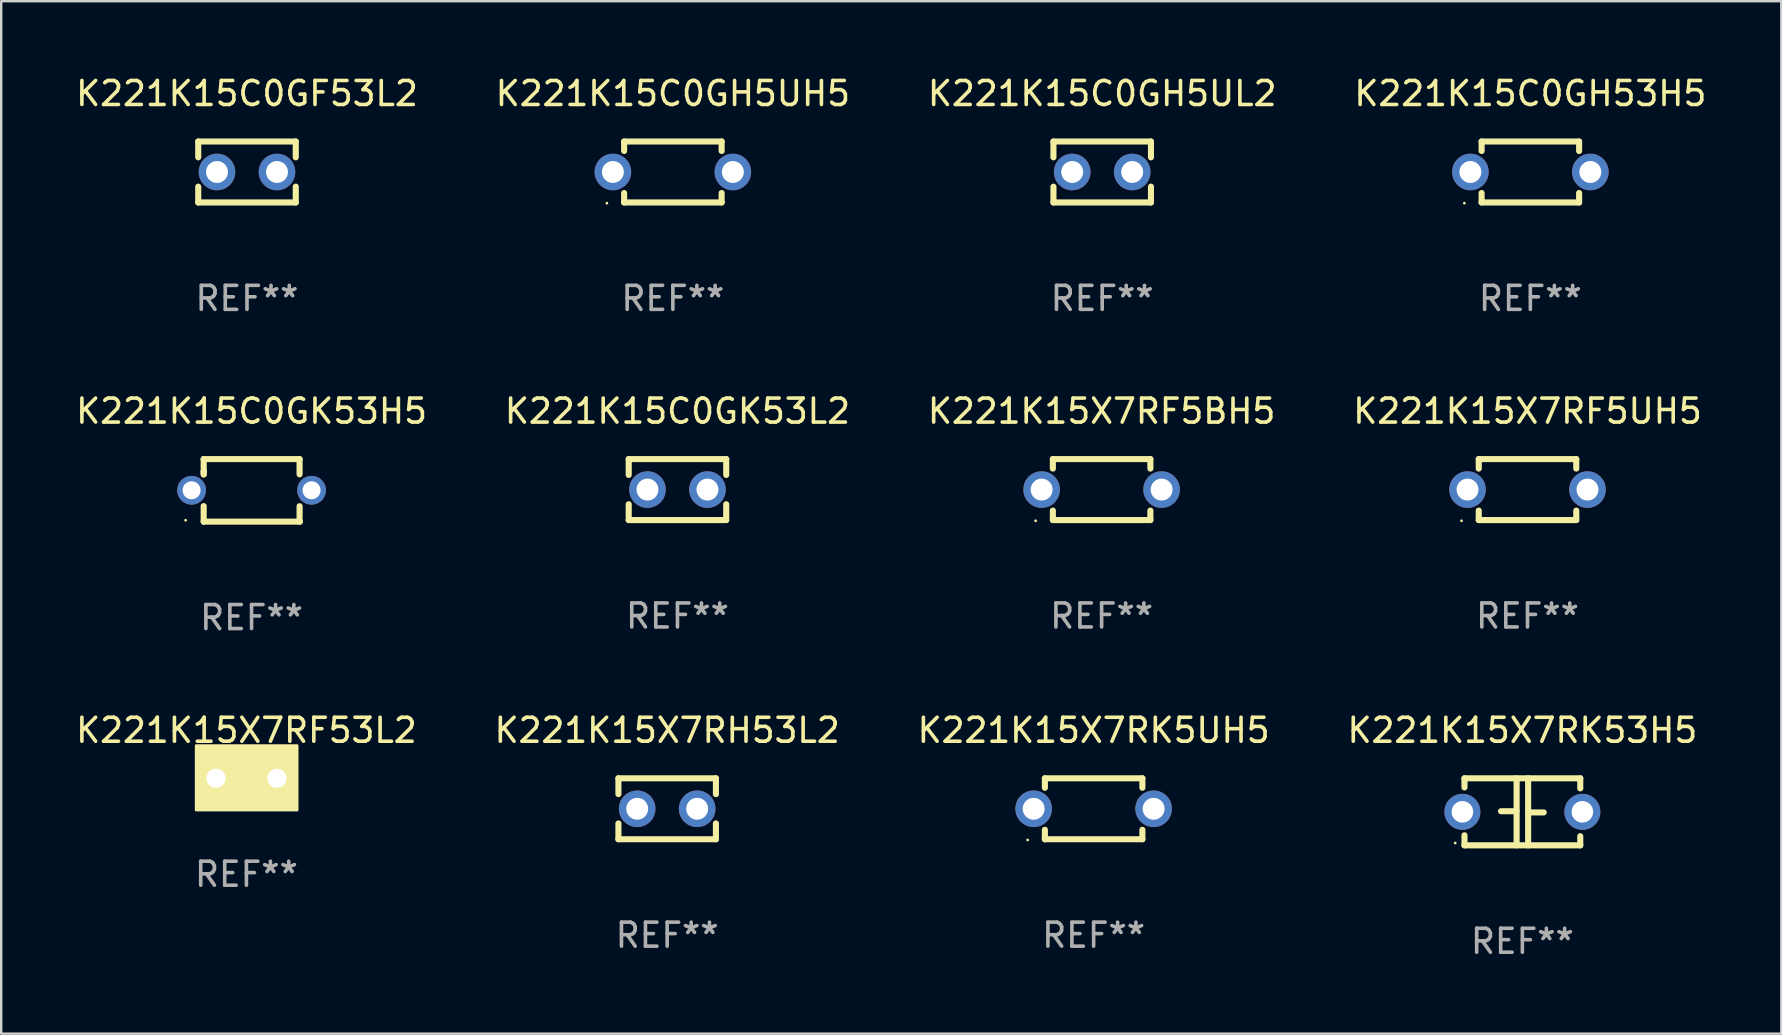
<source format=kicad_pcb>
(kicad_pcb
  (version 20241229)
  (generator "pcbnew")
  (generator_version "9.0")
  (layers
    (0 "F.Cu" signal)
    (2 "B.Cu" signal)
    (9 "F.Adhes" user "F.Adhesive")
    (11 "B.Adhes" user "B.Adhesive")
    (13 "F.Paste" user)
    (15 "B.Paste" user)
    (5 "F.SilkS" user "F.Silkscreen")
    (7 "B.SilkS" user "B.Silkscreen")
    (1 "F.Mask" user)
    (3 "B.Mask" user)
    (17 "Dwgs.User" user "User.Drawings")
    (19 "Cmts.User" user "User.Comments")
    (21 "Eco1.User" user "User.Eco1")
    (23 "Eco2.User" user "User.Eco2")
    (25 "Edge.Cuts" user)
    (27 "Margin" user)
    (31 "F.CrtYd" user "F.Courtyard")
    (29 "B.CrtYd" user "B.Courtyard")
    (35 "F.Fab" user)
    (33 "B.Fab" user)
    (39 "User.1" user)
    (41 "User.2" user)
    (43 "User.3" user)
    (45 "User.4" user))
  (footprint "K221K15C0GF53L2"
    (layer "F.Cu")
    (at 7.244 4.118)
    (property "Reference" "K221K15C0GF53L2" (at 0 -3.27 0) (layer "F.SilkS") (effects (font (size 1 1) (thickness 0.15))))
    (attr through_hole)
    (fp_line (start -2.032 -1.27) (end -2.032 -0.611) (stroke (width 0.254) (type solid)) (layer "F.SilkS"))
    (fp_line (start -2.032 0.611) (end -2.032 1.27) (stroke (width 0.254) (type solid)) (layer "F.SilkS"))
    (fp_line (start -2.032 1.27) (end 2.032 1.27) (stroke (width 0.254) (type solid)) (layer "F.SilkS"))
    (fp_line (start 2.032 -1.27) (end -2.032 -1.27) (stroke (width 0.254) (type solid)) (layer "F.SilkS"))
    (fp_line (start 2.032 -0.611) (end 2.032 -1.27) (stroke (width 0.254) (type solid)) (layer "F.SilkS"))
    (fp_line (start 2.032 1.27) (end 2.032 0.611) (stroke (width 0.254) (type solid)) (layer "F.SilkS"))
    (fp_circle (center -2 1.3) (end -1.97 1.3) (stroke (width 0.06) (type solid)) (fill no) (layer "F.SilkS"))
    (fp_text user "REF**" (at 0 5.27 0) (layer "F.Fab") (effects (font (size 1 1) (thickness 0.15))))
    (pad "1" thru_hole circle (at -1.25 0) (size 1.524 1.524) (drill 0.914) (layers "*.Cu" "*.Mask"))
    (pad "2" thru_hole circle (at 1.25 0) (size 1.524 1.524) (drill 0.914) (layers "*.Cu" "*.Mask")))
  (footprint "K221K15X7RF53L2"
    (layer "F.Cu")
    (at 7.22 29.388)
    (property "Reference" "K221K15X7RF53L2" (at 0 -2 0) (layer "F.SilkS") (effects (font (size 1 1) (thickness 0.15))))
    (attr through_hole)
    (fp_circle (center -2 1.3) (end -1.97 1.3) (stroke (width 0.06) (type solid)) (fill no) (layer "F.SilkS"))
    (fp_poly (pts (xy -2.09 -1.36) (xy 2.11 -1.36) (xy 2.11 1.32) (xy -2.09 1.32)) (stroke (width 0.12) (type solid)) (fill yes) (layer "F.SilkS"))
    (fp_text user "REF**" (at 0 4 0) (layer "F.Fab") (effects (font (size 1 1) (thickness 0.15))))
    (pad "1" thru_hole circle (at -1.27 0) (size 1.4 1.4) (drill 0.8) (layers "*.Cu" "*.Mask"))
    (pad "2" thru_hole circle (at 1.27 0) (size 1.4 1.4) (drill 0.8) (layers "*.Cu" "*.Mask")))
  (footprint "K221K15X7RH53L2"
    (layer "F.Cu")
    (at 24.756 30.658)
    (property "Reference" "K221K15X7RH53L2" (at 0 -3.27 0) (layer "F.SilkS") (effects (font (size 1 1) (thickness 0.15))))
    (attr through_hole)
    (fp_line (start -2.032 -1.27) (end -2.032 -0.611) (stroke (width 0.254) (type solid)) (layer "F.SilkS"))
    (fp_line (start -2.032 0.611) (end -2.032 1.27) (stroke (width 0.254) (type solid)) (layer "F.SilkS"))
    (fp_line (start -2.032 1.27) (end 2.032 1.27) (stroke (width 0.254) (type solid)) (layer "F.SilkS"))
    (fp_line (start 2.032 -1.27) (end -2.032 -1.27) (stroke (width 0.254) (type solid)) (layer "F.SilkS"))
    (fp_line (start 2.032 -0.611) (end 2.032 -1.27) (stroke (width 0.254) (type solid)) (layer "F.SilkS"))
    (fp_line (start 2.032 1.27) (end 2.032 0.611) (stroke (width 0.254) (type solid)) (layer "F.SilkS"))
    (fp_circle (center -2 1.3) (end -1.97 1.3) (stroke (width 0.06) (type solid)) (fill no) (layer "F.SilkS"))
    (fp_text user "REF**" (at 0 5.27 0) (layer "F.Fab") (effects (font (size 1 1) (thickness 0.15))))
    (pad "1" thru_hole circle (at -1.25 0) (size 1.524 1.524) (drill 0.914) (layers "*.Cu" "*.Mask"))
    (pad "2" thru_hole circle (at 1.25 0) (size 1.524 1.524) (drill 0.914) (layers "*.Cu" "*.Mask")))
  (footprint "K221K15C0GK53L2"
    (layer "F.Cu")
    (at 25.185 17.355)
    (property "Reference" "K221K15C0GK53L2" (at 0 -3.27 0) (layer "F.SilkS") (effects (font (size 1 1) (thickness 0.15))))
    (attr through_hole)
    (fp_line (start -2.032 -1.27) (end -2.032 -0.611) (stroke (width 0.254) (type solid)) (layer "F.SilkS"))
    (fp_line (start -2.032 0.611) (end -2.032 1.27) (stroke (width 0.254) (type solid)) (layer "F.SilkS"))
    (fp_line (start -2.032 1.27) (end 2.032 1.27) (stroke (width 0.254) (type solid)) (layer "F.SilkS"))
    (fp_line (start 2.032 -1.27) (end -2.032 -1.27) (stroke (width 0.254) (type solid)) (layer "F.SilkS"))
    (fp_line (start 2.032 -0.611) (end 2.032 -1.27) (stroke (width 0.254) (type solid)) (layer "F.SilkS"))
    (fp_line (start 2.032 1.27) (end 2.032 0.611) (stroke (width 0.254) (type solid)) (layer "F.SilkS"))
    (fp_circle (center -2 1.3) (end -1.97 1.3) (stroke (width 0.06) (type solid)) (fill no) (layer "F.SilkS"))
    (fp_text user "REF**" (at 0 5.27 0) (layer "F.Fab") (effects (font (size 1 1) (thickness 0.15))))
    (pad "1" thru_hole circle (at -1.25 0) (size 1.524 1.524) (drill 0.914) (layers "*.Cu" "*.Mask"))
    (pad "2" thru_hole circle (at 1.25 0) (size 1.524 1.524) (drill 0.914) (layers "*.Cu" "*.Mask")))
  (footprint "K221K15C0GH5UH5"
    (layer "F.Cu")
    (at 24.994 4.118)
    (property "Reference" "K221K15C0GH5UH5" (at 0 -3.27 0) (layer "F.SilkS") (effects (font (size 1 1) (thickness 0.15))))
    (attr through_hole)
    (fp_line (start -2.032 -1.27) (end -2.032 -0.876) (stroke (width 0.254) (type solid)) (layer "F.SilkS"))
    (fp_line (start -2.032 0.876) (end -2.032 1.27) (stroke (width 0.254) (type solid)) (layer "F.SilkS"))
    (fp_line (start -2.032 1.27) (end 2.032 1.27) (stroke (width 0.254) (type solid)) (layer "F.SilkS"))
    (fp_line (start 2.032 -1.27) (end -2.032 -1.27) (stroke (width 0.254) (type solid)) (layer "F.SilkS"))
    (fp_line (start 2.032 -0.876) (end 2.032 -1.27) (stroke (width 0.254) (type solid)) (layer "F.SilkS"))
    (fp_line (start 2.032 1.27) (end 2.032 0.876) (stroke (width 0.254) (type solid)) (layer "F.SilkS"))
    (fp_circle (center -2.751 1.3) (end -2.721 1.3) (stroke (width 0.06) (type solid)) (fill no) (layer "F.SilkS"))
    (fp_text user "REF**" (at 0 5.27 0) (layer "F.Fab") (effects (font (size 1 1) (thickness 0.15))))
    (pad "1" thru_hole circle (at -2.5 0) (size 1.524 1.524) (drill 0.914) (layers "*.Cu" "*.Mask"))
    (pad "2" thru_hole circle (at 2.5 0) (size 1.524 1.524) (drill 0.914) (layers "*.Cu" "*.Mask")))
  (footprint "K221K15X7RF5BH5"
    (layer "F.Cu")
    (at 42.863 17.355)
    (property "Reference" "K221K15X7RF5BH5" (at 0 -3.27 0) (layer "F.SilkS") (effects (font (size 1 1) (thickness 0.15))))
    (attr through_hole)
    (fp_line (start -2.032 -1.27) (end -2.032 -0.876) (stroke (width 0.254) (type solid)) (layer "F.SilkS"))
    (fp_line (start -2.032 0.876) (end -2.032 1.27) (stroke (width 0.254) (type solid)) (layer "F.SilkS"))
    (fp_line (start -2.032 1.27) (end 2.032 1.27) (stroke (width 0.254) (type solid)) (layer "F.SilkS"))
    (fp_line (start 2.032 -1.27) (end -2.032 -1.27) (stroke (width 0.254) (type solid)) (layer "F.SilkS"))
    (fp_line (start 2.032 -0.876) (end 2.032 -1.27) (stroke (width 0.254) (type solid)) (layer "F.SilkS"))
    (fp_line (start 2.032 1.27) (end 2.032 0.876) (stroke (width 0.254) (type solid)) (layer "F.SilkS"))
    (fp_circle (center -2.751 1.3) (end -2.721 1.3) (stroke (width 0.06) (type solid)) (fill no) (layer "F.SilkS"))
    (fp_text user "REF**" (at 0 5.27 0) (layer "F.Fab") (effects (font (size 1 1) (thickness 0.15))))
    (pad "1" thru_hole circle (at -2.5 0) (size 1.524 1.524) (drill 0.914) (layers "*.Cu" "*.Mask"))
    (pad "2" thru_hole circle (at 2.5 0) (size 1.524 1.524) (drill 0.914) (layers "*.Cu" "*.Mask")))
  (footprint "K221K15X7RF5UH5"
    (layer "F.Cu")
    (at 60.613 17.355)
    (property "Reference" "K221K15X7RF5UH5" (at 0 -3.27 0) (layer "F.SilkS") (effects (font (size 1 1) (thickness 0.15))))
    (attr through_hole)
    (fp_line (start -2.032 -1.27) (end -2.032 -0.876) (stroke (width 0.254) (type solid)) (layer "F.SilkS"))
    (fp_line (start -2.032 0.876) (end -2.032 1.27) (stroke (width 0.254) (type solid)) (layer "F.SilkS"))
    (fp_line (start -2.032 1.27) (end 2.032 1.27) (stroke (width 0.254) (type solid)) (layer "F.SilkS"))
    (fp_line (start 2.032 -1.27) (end -2.032 -1.27) (stroke (width 0.254) (type solid)) (layer "F.SilkS"))
    (fp_line (start 2.032 -0.876) (end 2.032 -1.27) (stroke (width 0.254) (type solid)) (layer "F.SilkS"))
    (fp_line (start 2.032 1.27) (end 2.032 0.876) (stroke (width 0.254) (type solid)) (layer "F.SilkS"))
    (fp_circle (center -2.751 1.3) (end -2.721 1.3) (stroke (width 0.06) (type solid)) (fill no) (layer "F.SilkS"))
    (fp_text user "REF**" (at 0 5.27 0) (layer "F.Fab") (effects (font (size 1 1) (thickness 0.15))))
    (pad "1" thru_hole circle (at -2.5 0) (size 1.524 1.524) (drill 0.914) (layers "*.Cu" "*.Mask"))
    (pad "2" thru_hole circle (at 2.5 0) (size 1.524 1.524) (drill 0.914) (layers "*.Cu" "*.Mask")))
  (footprint "K221K15C0GH5UL2"
    (layer "F.Cu")
    (at 42.887 4.118)
    (property "Reference" "K221K15C0GH5UL2" (at 0 -3.27 0) (layer "F.SilkS") (effects (font (size 1 1) (thickness 0.15))))
    (attr through_hole)
    (fp_line (start -2.032 -1.27) (end -2.032 -0.611) (stroke (width 0.254) (type solid)) (layer "F.SilkS"))
    (fp_line (start -2.032 0.611) (end -2.032 1.27) (stroke (width 0.254) (type solid)) (layer "F.SilkS"))
    (fp_line (start -2.032 1.27) (end 2.032 1.27) (stroke (width 0.254) (type solid)) (layer "F.SilkS"))
    (fp_line (start 2.032 -1.27) (end -2.032 -1.27) (stroke (width 0.254) (type solid)) (layer "F.SilkS"))
    (fp_line (start 2.032 -0.611) (end 2.032 -1.27) (stroke (width 0.254) (type solid)) (layer "F.SilkS"))
    (fp_line (start 2.032 1.27) (end 2.032 0.611) (stroke (width 0.254) (type solid)) (layer "F.SilkS"))
    (fp_circle (center -2 1.3) (end -1.97 1.3) (stroke (width 0.06) (type solid)) (fill no) (layer "F.SilkS"))
    (fp_text user "REF**" (at 0 5.27 0) (layer "F.Fab") (effects (font (size 1 1) (thickness 0.15))))
    (pad "1" thru_hole circle (at -1.25 0) (size 1.524 1.524) (drill 0.914) (layers "*.Cu" "*.Mask"))
    (pad "2" thru_hole circle (at 1.25 0) (size 1.524 1.524) (drill 0.914) (layers "*.Cu" "*.Mask")))
  (footprint "K221K15X7RK53H5"
    (layer "F.Cu")
    (at 60.399 30.785)
    (property "Reference" "K221K15X7RK53H5" (at 0 -3.397 0) (layer "F.SilkS") (effects (font (size 1 1) (thickness 0.15))))
    (attr through_hole)
    (fp_line (start -2.413 -1.397) (end 2.413 -1.397) (stroke (width 0.254) (type solid)) (layer "F.SilkS"))
    (fp_line (start -2.413 -1.016) (end -2.413 -1.397) (stroke (width 0.254) (type solid)) (layer "F.SilkS"))
    (fp_line (start -2.413 0.977) (end -2.413 1.397) (stroke (width 0.254) (type solid)) (layer "F.SilkS"))
    (fp_line (start -0.24 -0.025) (end -0.889 -0.025) (stroke (width 0.254) (type solid)) (layer "F.SilkS"))
    (fp_line (start -0.24 1.397) (end -0.24 -1.397) (stroke (width 0.254) (type solid)) (layer "F.SilkS"))
    (fp_line (start 0.24 -1.397) (end 0.24 1.397) (stroke (width 0.254) (type solid)) (layer "F.SilkS"))
    (fp_line (start 0.24 0.025) (end 0.889 0.025) (stroke (width 0.254) (type solid)) (layer "F.SilkS"))
    (fp_line (start 2.413 -0.977) (end 2.413 -1.397) (stroke (width 0.254) (type solid)) (layer "F.SilkS"))
    (fp_line (start 2.413 1.016) (end 2.413 1.397) (stroke (width 0.254) (type solid)) (layer "F.SilkS"))
    (fp_line (start 2.413 1.397) (end -2.413 1.397) (stroke (width 0.254) (type solid)) (layer "F.SilkS"))
    (fp_circle (center -2.8 1.3) (end -2.77 1.3) (stroke (width 0.06) (type solid)) (fill no) (layer "F.SilkS"))
    (fp_text user "REF**" (at 0 5.397 0) (layer "F.Fab") (effects (font (size 1 1) (thickness 0.15))))
    (pad "1" thru_hole circle (at -2.5 0) (size 1.5 1.5) (drill 0.9) (layers "*.Cu" "*.Mask"))
    (pad "2" thru_hole circle (at 2.5 0) (size 1.5 1.5) (drill 0.9) (layers "*.Cu" "*.Mask")))
  (footprint "K221K15C0GH53H5"
    (layer "F.Cu")
    (at 60.732 4.118)
    (property "Reference" "K221K15C0GH53H5" (at 0 -3.27 0) (layer "F.SilkS") (effects (font (size 1 1) (thickness 0.15))))
    (attr through_hole)
    (fp_line (start -2.032 -1.27) (end -2.032 -0.876) (stroke (width 0.254) (type solid)) (layer "F.SilkS"))
    (fp_line (start -2.032 0.876) (end -2.032 1.27) (stroke (width 0.254) (type solid)) (layer "F.SilkS"))
    (fp_line (start -2.032 1.27) (end 2.032 1.27) (stroke (width 0.254) (type solid)) (layer "F.SilkS"))
    (fp_line (start 2.032 -1.27) (end -2.032 -1.27) (stroke (width 0.254) (type solid)) (layer "F.SilkS"))
    (fp_line (start 2.032 -0.876) (end 2.032 -1.27) (stroke (width 0.254) (type solid)) (layer "F.SilkS"))
    (fp_line (start 2.032 1.27) (end 2.032 0.876) (stroke (width 0.254) (type solid)) (layer "F.SilkS"))
    (fp_circle (center -2.751 1.3) (end -2.721 1.3) (stroke (width 0.06) (type solid)) (fill no) (layer "F.SilkS"))
    (fp_text user "REF**" (at 0 5.27 0) (layer "F.Fab") (effects (font (size 1 1) (thickness 0.15))))
    (pad "1" thru_hole circle (at -2.5 0) (size 1.524 1.524) (drill 0.914) (layers "*.Cu" "*.Mask"))
    (pad "2" thru_hole circle (at 2.5 0) (size 1.524 1.524) (drill 0.914) (layers "*.Cu" "*.Mask")))
  (footprint "K221K15X7RK5UH5"
    (layer "F.Cu")
    (at 42.53 30.658)
    (property "Reference" "K221K15X7RK5UH5" (at 0 -3.27 0) (layer "F.SilkS") (effects (font (size 1 1) (thickness 0.15))))
    (attr through_hole)
    (fp_line (start -2.032 -1.27) (end -2.032 -0.876) (stroke (width 0.254) (type solid)) (layer "F.SilkS"))
    (fp_line (start -2.032 0.876) (end -2.032 1.27) (stroke (width 0.254) (type solid)) (layer "F.SilkS"))
    (fp_line (start -2.032 1.27) (end 2.032 1.27) (stroke (width 0.254) (type solid)) (layer "F.SilkS"))
    (fp_line (start 2.032 -1.27) (end -2.032 -1.27) (stroke (width 0.254) (type solid)) (layer "F.SilkS"))
    (fp_line (start 2.032 -0.876) (end 2.032 -1.27) (stroke (width 0.254) (type solid)) (layer "F.SilkS"))
    (fp_line (start 2.032 1.27) (end 2.032 0.876) (stroke (width 0.254) (type solid)) (layer "F.SilkS"))
    (fp_circle (center -2.751 1.3) (end -2.721 1.3) (stroke (width 0.06) (type solid)) (fill no) (layer "F.SilkS"))
    (fp_text user "REF**" (at 0 5.27 0) (layer "F.Fab") (effects (font (size 1 1) (thickness 0.15))))
    (pad "1" thru_hole circle (at -2.5 0) (size 1.524 1.524) (drill 0.914) (layers "*.Cu" "*.Mask"))
    (pad "2" thru_hole circle (at 2.5 0) (size 1.524 1.524) (drill 0.914) (layers "*.Cu" "*.Mask")))
  (footprint "K221K15C0GK53H5"
    (layer "F.Cu")
    (at 7.435 17.388)
    (property "Reference" "K221K15C0GK53H5" (at 0 -3.303 0) (layer "F.SilkS") (effects (font (size 1 1) (thickness 0.15))))
    (attr through_hole)
    (fp_line (start -1.996 -0.782) (end -1.983 -0.795) (stroke (width 0.254) (type solid)) (layer "F.SilkS"))
    (fp_line (start -1.996 -0.665) (end -1.996 -0.782) (stroke (width 0.254) (type solid)) (layer "F.SilkS"))
    (fp_line (start -1.996 1.297) (end -1.996 0.655) (stroke (width 0.254) (type solid)) (layer "F.SilkS"))
    (fp_line (start -1.996 -1.303) (end 2.001 -1.303) (stroke (width 0.254) (type solid)) (layer "F.SilkS"))
    (fp_line (start -1.995 -1.303) (end -1.996 -1.303) (stroke (width 0.254) (type solid)) (layer "F.SilkS"))
    (fp_line (start -1.995 -0.664) (end -1.995 -1.303) (stroke (width 0.254) (type solid)) (layer "F.SilkS"))
    (fp_line (start -1.99 1.303) (end -1.996 1.297) (stroke (width 0.254) (type solid)) (layer "F.SilkS"))
    (fp_line (start 2.001 -1.303) (end 2.001 -0.669) (stroke (width 0.254) (type solid)) (layer "F.SilkS"))
    (fp_line (start 2.001 0.659) (end 2.001 1.297) (stroke (width 0.254) (type solid)) (layer "F.SilkS"))
    (fp_line (start 2.001 1.297) (end 2.008 1.303) (stroke (width 0.254) (type solid)) (layer "F.SilkS"))
    (fp_line (start 2.008 1.303) (end -1.99 1.303) (stroke (width 0.254) (type solid)) (layer "F.SilkS"))
    (fp_circle (center -2.75 1.245) (end -2.72 1.245) (stroke (width 0.06) (type solid)) (fill no) (layer "F.SilkS"))
    (fp_text user "REF**" (at 0 5.303 0) (layer "F.Fab") (effects (font (size 1 1) (thickness 0.15))))
    (pad "1" thru_hole circle (at -2.5 -0.005) (size 1.2 1.2) (drill 0.75) (layers "*.Cu" "*.Mask"))
    (pad "2" thru_hole circle (at 2.5 -0.005) (size 1.2 1.2) (drill 0.75) (layers "*.Cu" "*.Mask")))
  (gr_rect
    (start -3 -3)
    (end 71.19 40.03)
    (stroke (width 0.1) (type default))
    (fill no)
    (layer "Edge.Cuts")))
</source>
